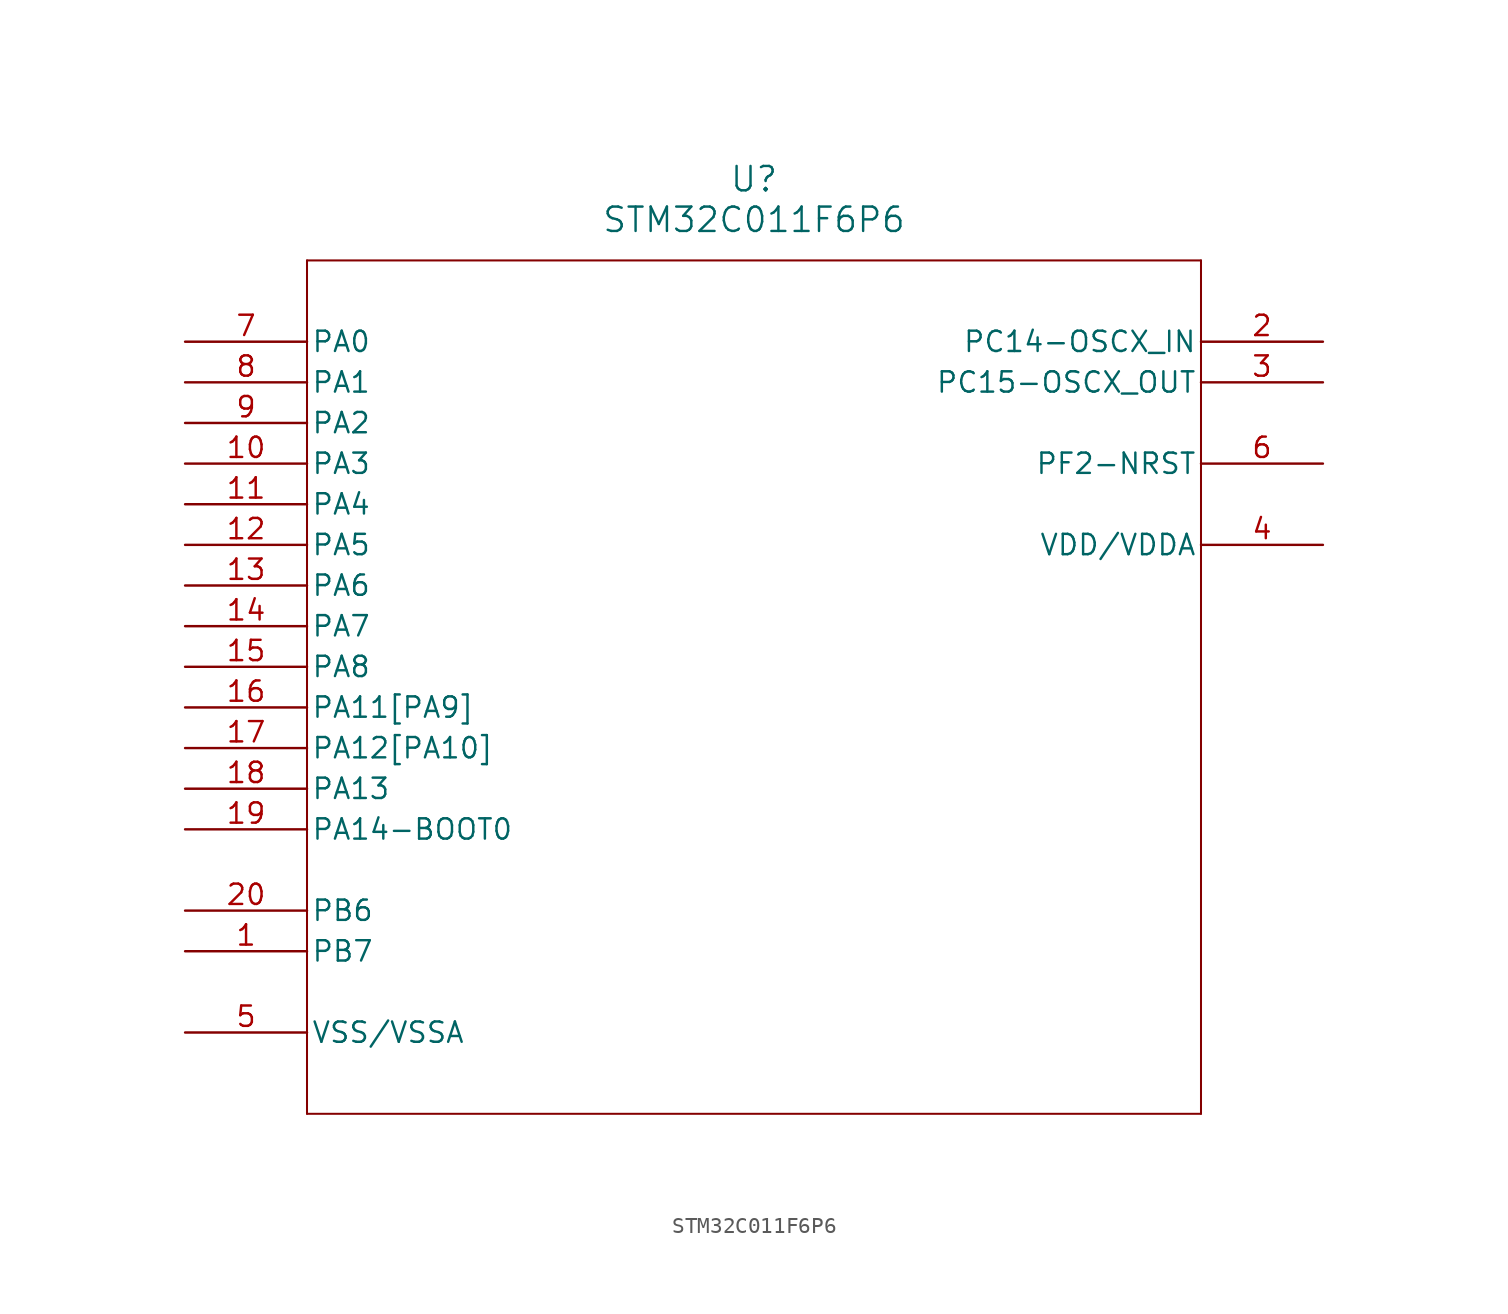
<source format=kicad_sym>
(kicad_symbol_lib
  (version 20211014)
  (generator kicad_symbol_editor)
  (symbol "STM32C011F6P6"
    (pin_names
      (offset 0.254))
    (property "Reference" "U"
      (at 35.56 10.16 0)
      (effects (font (size 1.524 1.524))))
    (property "Value" "STM32C011F6P6"
      (at 35.56 7.62 0)
      (effects (font (size 1.524 1.524))))
    (symbol "STM32C011F6P6_0_1"
      (polyline (pts (xy 7.62 5.08) (xy 7.62 -48.26)) (stroke (width 0.127) (type default) (color 0 0 0 0)) (fill (type none)))
      (polyline (pts (xy 7.62 -48.26) (xy 63.5 -48.26)) (stroke (width 0.127) (type default) (color 0 0 0 0)) (fill (type none)))
      (polyline (pts (xy 63.5 -48.26) (xy 63.5 5.08)) (stroke (width 0.127) (type default) (color 0 0 0 0)) (fill (type none)))
      (polyline (pts (xy 63.5 5.08) (xy 7.62 5.08)) (stroke (width 0.127) (type default) (color 0 0 0 0)) (fill (type none)))
      (pin bidirectional line (at 0 -38.1 0) (length 7.62) (name "PB7" (effects (font (size 1.27 1.27)))) (number "1" (effects (font (size 1.27 1.27)))))
      (pin bidirectional line (at 71.12 0 180) (length 7.62) (name "PC14-OSCX_IN" (effects (font (size 1.27 1.27)))) (number "2" (effects (font (size 1.27 1.27)))))
      (pin bidirectional line (at 71.12 -2.54 180) (length 7.62) (name "PC15-OSCX_OUT" (effects (font (size 1.27 1.27)))) (number "3" (effects (font (size 1.27 1.27)))))
      (pin power_in line (at 71.12 -12.7 180) (length 7.62) (name "VDD/VDDA" (effects (font (size 1.27 1.27)))) (number "4" (effects (font (size 1.27 1.27)))))
      (pin power_in line (at 0 -43.18 0) (length 7.62) (name "VSS/VSSA" (effects (font (size 1.27 1.27)))) (number "5" (effects (font (size 1.27 1.27)))))
      (pin bidirectional line (at 71.12 -7.62 180) (length 7.62) (name "PF2-NRST" (effects (font (size 1.27 1.27)))) (number "6" (effects (font (size 1.27 1.27)))))
      (pin bidirectional line (at 0 0 0) (length 7.62) (name "PA0" (effects (font (size 1.27 1.27)))) (number "7" (effects (font (size 1.27 1.27)))))
      (pin bidirectional line (at 0 -2.54 0) (length 7.62) (name "PA1" (effects (font (size 1.27 1.27)))) (number "8" (effects (font (size 1.27 1.27)))))
      (pin bidirectional line (at 0 -5.08 0) (length 7.62) (name "PA2" (effects (font (size 1.27 1.27)))) (number "9" (effects (font (size 1.27 1.27)))))
      (pin bidirectional line (at 0 -7.62 0) (length 7.62) (name "PA3" (effects (font (size 1.27 1.27)))) (number "10" (effects (font (size 1.27 1.27)))))
      (pin bidirectional line (at 0 -10.16 0) (length 7.62) (name "PA4" (effects (font (size 1.27 1.27)))) (number "11" (effects (font (size 1.27 1.27)))))
      (pin bidirectional line (at 0 -12.7 0) (length 7.62) (name "PA5" (effects (font (size 1.27 1.27)))) (number "12" (effects (font (size 1.27 1.27)))))
      (pin bidirectional line (at 0 -15.24 0) (length 7.62) (name "PA6" (effects (font (size 1.27 1.27)))) (number "13" (effects (font (size 1.27 1.27)))))
      (pin bidirectional line (at 0 -17.78 0) (length 7.62) (name "PA7" (effects (font (size 1.27 1.27)))) (number "14" (effects (font (size 1.27 1.27)))))
      (pin bidirectional line (at 0 -20.32 0) (length 7.62) (name "PA8" (effects (font (size 1.27 1.27)))) (number "15" (effects (font (size 1.27 1.27)))))
      (pin bidirectional line (at 0 -22.86 0) (length 7.62) (name "PA11[PA9]" (effects (font (size 1.27 1.27)))) (number "16" (effects (font (size 1.27 1.27)))))
      (pin bidirectional line (at 0 -25.4 0) (length 7.62) (name "PA12[PA10]" (effects (font (size 1.27 1.27)))) (number "17" (effects (font (size 1.27 1.27)))))
      (pin bidirectional line (at 0 -27.94 0) (length 7.62) (name "PA13" (effects (font (size 1.27 1.27)))) (number "18" (effects (font (size 1.27 1.27)))))
      (pin bidirectional line (at 0 -30.48 0) (length 7.62) (name "PA14-BOOT0" (effects (font (size 1.27 1.27)))) (number "19" (effects (font (size 1.27 1.27)))))
      (pin bidirectional line (at 0 -35.56 0) (length 7.62) (name "PB6" (effects (font (size 1.27 1.27)))) (number "20" (effects (font (size 1.27 1.27))))))))
</source>
